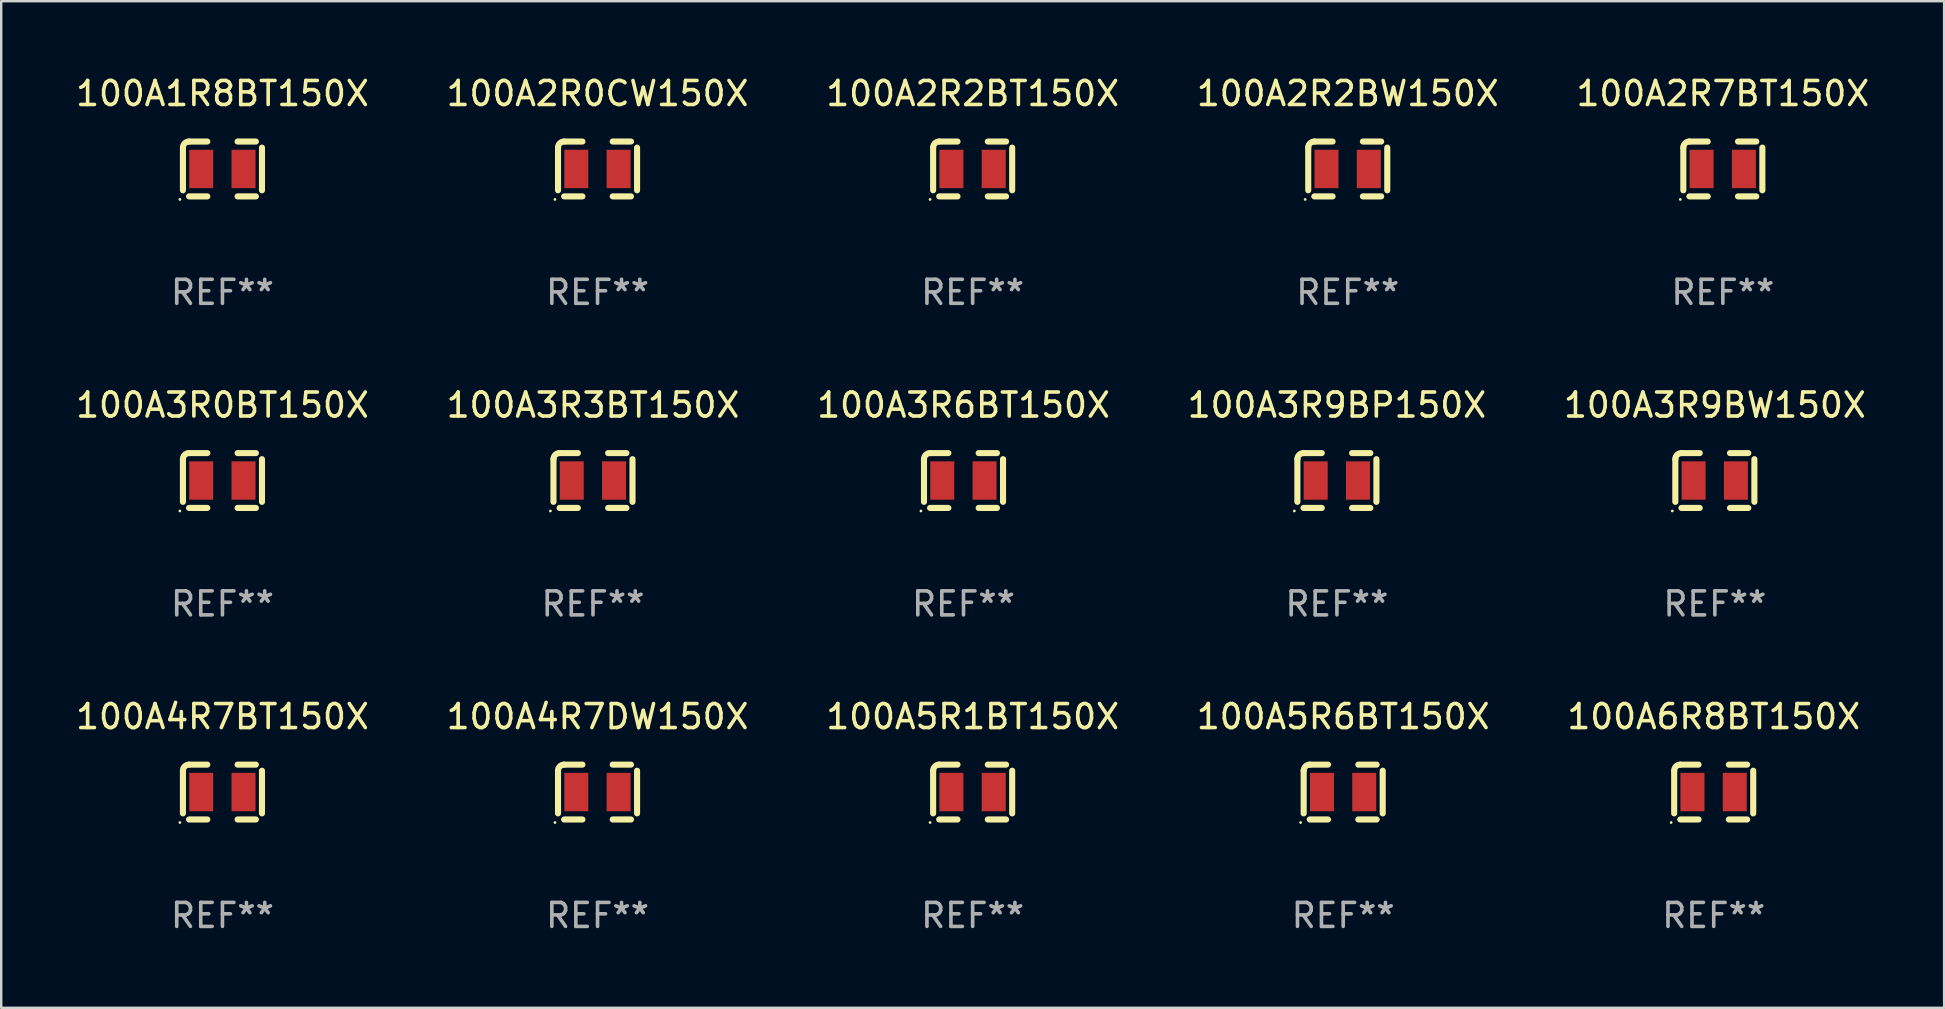
<source format=kicad_pcb>
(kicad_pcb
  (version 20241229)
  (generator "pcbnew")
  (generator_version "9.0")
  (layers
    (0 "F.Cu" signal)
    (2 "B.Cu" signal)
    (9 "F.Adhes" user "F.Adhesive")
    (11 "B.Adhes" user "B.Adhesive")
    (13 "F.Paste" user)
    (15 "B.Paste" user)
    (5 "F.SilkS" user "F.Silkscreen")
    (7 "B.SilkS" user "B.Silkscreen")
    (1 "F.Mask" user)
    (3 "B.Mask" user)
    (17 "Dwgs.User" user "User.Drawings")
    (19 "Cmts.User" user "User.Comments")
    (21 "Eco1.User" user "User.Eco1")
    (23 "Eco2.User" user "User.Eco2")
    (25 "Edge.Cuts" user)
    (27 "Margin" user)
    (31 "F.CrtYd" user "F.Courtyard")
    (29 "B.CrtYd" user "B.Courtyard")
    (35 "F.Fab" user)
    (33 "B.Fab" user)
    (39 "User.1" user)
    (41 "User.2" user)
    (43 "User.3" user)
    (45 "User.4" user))
  (footprint "100A3R3BT150X"
    (layer "F.Cu")
    (at 21.661 16.974)
    (property "Reference" "100A3R3BT150X" (at 0 -3.143 0) (layer "F.SilkS") (effects (font (size 1 1) (thickness 0.15))))
    (attr through_hole)
    (fp_line (start -1.647 -0.889) (end -1.647 0.889) (stroke (width 0.254) (type solid)) (layer "F.SilkS"))
    (fp_line (start -0.631 -1.143) (end -1.393 -1.143) (stroke (width 0.254) (type solid)) (layer "F.SilkS"))
    (fp_line (start -0.631 1.143) (end -1.393 1.143) (stroke (width 0.254) (type solid)) (layer "F.SilkS"))
    (fp_line (start 0.631 -1.143) (end 1.393 -1.143) (stroke (width 0.254) (type solid)) (layer "F.SilkS"))
    (fp_line (start 0.631 1.143) (end 1.393 1.143) (stroke (width 0.254) (type solid)) (layer "F.SilkS"))
    (fp_line (start 1.647 -0.889) (end 1.647 0.889) (stroke (width 0.254) (type solid)) (layer "F.SilkS"))
    (fp_arc (start -1.647002 -0.889002) (mid -1.572607 -1.068607) (end -1.393002 -1.143002) (stroke (width 0.254001) (type solid)) (layer "F.SilkS"))
    (fp_circle (center -1.774 1.27) (end -1.744 1.27) (stroke (width 0.06) (type solid)) (fill no) (layer "F.SilkS"))
    (fp_text user "REF**" (at 0 5.143 0) (layer "F.Fab") (effects (font (size 1 1) (thickness 0.15))))
    (pad "1" smd rect (at -0.885 0) (size 1 1.6) (layers "F.Cu" "F.Mask" "F.Paste"))
    (pad "2" smd rect (at 0.877 0) (size 1 1.6) (layers "F.Cu" "F.Mask" "F.Paste")))
  (footprint "100A3R0BT150X"
    (layer "F.Cu")
    (at 6.22 16.974)
    (property "Reference" "100A3R0BT150X" (at 0 -3.143 0) (layer "F.SilkS") (effects (font (size 1 1) (thickness 0.15))))
    (attr through_hole)
    (fp_line (start -1.647 -0.889) (end -1.647 0.889) (stroke (width 0.254) (type solid)) (layer "F.SilkS"))
    (fp_line (start -0.631 -1.143) (end -1.393 -1.143) (stroke (width 0.254) (type solid)) (layer "F.SilkS"))
    (fp_line (start -0.631 1.143) (end -1.393 1.143) (stroke (width 0.254) (type solid)) (layer "F.SilkS"))
    (fp_line (start 0.631 -1.143) (end 1.393 -1.143) (stroke (width 0.254) (type solid)) (layer "F.SilkS"))
    (fp_line (start 0.631 1.143) (end 1.393 1.143) (stroke (width 0.254) (type solid)) (layer "F.SilkS"))
    (fp_line (start 1.647 -0.889) (end 1.647 0.889) (stroke (width 0.254) (type solid)) (layer "F.SilkS"))
    (fp_arc (start -1.647002 -0.889002) (mid -1.572607 -1.068607) (end -1.393002 -1.143002) (stroke (width 0.254001) (type solid)) (layer "F.SilkS"))
    (fp_circle (center -1.774 1.27) (end -1.744 1.27) (stroke (width 0.06) (type solid)) (fill no) (layer "F.SilkS"))
    (fp_text user "REF**" (at 0 5.143 0) (layer "F.Fab") (effects (font (size 1 1) (thickness 0.15))))
    (pad "1" smd rect (at -0.885 0) (size 1 1.6) (layers "F.Cu" "F.Mask" "F.Paste"))
    (pad "2" smd rect (at 0.877 0) (size 1 1.6) (layers "F.Cu" "F.Mask" "F.Paste")))
  (footprint "100A1R8BT150X"
    (layer "F.Cu")
    (at 6.22 3.991)
    (property "Reference" "100A1R8BT150X" (at 0 -3.143 0) (layer "F.SilkS") (effects (font (size 1 1) (thickness 0.15))))
    (attr through_hole)
    (fp_line (start -1.647 -0.889) (end -1.647 0.889) (stroke (width 0.254) (type solid)) (layer "F.SilkS"))
    (fp_line (start -0.631 -1.143) (end -1.393 -1.143) (stroke (width 0.254) (type solid)) (layer "F.SilkS"))
    (fp_line (start -0.631 1.143) (end -1.393 1.143) (stroke (width 0.254) (type solid)) (layer "F.SilkS"))
    (fp_line (start 0.631 -1.143) (end 1.393 -1.143) (stroke (width 0.254) (type solid)) (layer "F.SilkS"))
    (fp_line (start 0.631 1.143) (end 1.393 1.143) (stroke (width 0.254) (type solid)) (layer "F.SilkS"))
    (fp_line (start 1.647 -0.889) (end 1.647 0.889) (stroke (width 0.254) (type solid)) (layer "F.SilkS"))
    (fp_arc (start -1.647002 -0.889002) (mid -1.572607 -1.068607) (end -1.393002 -1.143002) (stroke (width 0.254001) (type solid)) (layer "F.SilkS"))
    (fp_circle (center -1.774 1.27) (end -1.744 1.27) (stroke (width 0.06) (type solid)) (fill no) (layer "F.SilkS"))
    (fp_text user "REF**" (at 0 5.143 0) (layer "F.Fab") (effects (font (size 1 1) (thickness 0.15))))
    (pad "1" smd rect (at -0.885 0) (size 1 1.6) (layers "F.Cu" "F.Mask" "F.Paste"))
    (pad "2" smd rect (at 0.877 0) (size 1 1.6) (layers "F.Cu" "F.Mask" "F.Paste")))
  (footprint "100A6R8BT150X"
    (layer "F.Cu")
    (at 68.363 29.956)
    (property "Reference" "100A6R8BT150X" (at 0 -3.143 0) (layer "F.SilkS") (effects (font (size 1 1) (thickness 0.15))))
    (attr through_hole)
    (fp_line (start -1.647 -0.889) (end -1.647 0.889) (stroke (width 0.254) (type solid)) (layer "F.SilkS"))
    (fp_line (start -0.631 -1.143) (end -1.393 -1.143) (stroke (width 0.254) (type solid)) (layer "F.SilkS"))
    (fp_line (start -0.631 1.143) (end -1.393 1.143) (stroke (width 0.254) (type solid)) (layer "F.SilkS"))
    (fp_line (start 0.631 -1.143) (end 1.393 -1.143) (stroke (width 0.254) (type solid)) (layer "F.SilkS"))
    (fp_line (start 0.631 1.143) (end 1.393 1.143) (stroke (width 0.254) (type solid)) (layer "F.SilkS"))
    (fp_line (start 1.647 -0.889) (end 1.647 0.889) (stroke (width 0.254) (type solid)) (layer "F.SilkS"))
    (fp_arc (start -1.647002 -0.889002) (mid -1.572607 -1.068607) (end -1.393002 -1.143002) (stroke (width 0.254001) (type solid)) (layer "F.SilkS"))
    (fp_circle (center -1.774 1.27) (end -1.744 1.27) (stroke (width 0.06) (type solid)) (fill no) (layer "F.SilkS"))
    (fp_text user "REF**" (at 0 5.143 0) (layer "F.Fab") (effects (font (size 1 1) (thickness 0.15))))
    (pad "1" smd rect (at -0.885 0) (size 1 1.6) (layers "F.Cu" "F.Mask" "F.Paste"))
    (pad "2" smd rect (at 0.877 0) (size 1 1.6) (layers "F.Cu" "F.Mask" "F.Paste")))
  (footprint "100A5R6BT150X"
    (layer "F.Cu")
    (at 52.923 29.956)
    (property "Reference" "100A5R6BT150X" (at 0 -3.143 0) (layer "F.SilkS") (effects (font (size 1 1) (thickness 0.15))))
    (attr through_hole)
    (fp_line (start -1.647 -0.889) (end -1.647 0.889) (stroke (width 0.254) (type solid)) (layer "F.SilkS"))
    (fp_line (start -0.631 -1.143) (end -1.393 -1.143) (stroke (width 0.254) (type solid)) (layer "F.SilkS"))
    (fp_line (start -0.631 1.143) (end -1.393 1.143) (stroke (width 0.254) (type solid)) (layer "F.SilkS"))
    (fp_line (start 0.631 -1.143) (end 1.393 -1.143) (stroke (width 0.254) (type solid)) (layer "F.SilkS"))
    (fp_line (start 0.631 1.143) (end 1.393 1.143) (stroke (width 0.254) (type solid)) (layer "F.SilkS"))
    (fp_line (start 1.647 -0.889) (end 1.647 0.889) (stroke (width 0.254) (type solid)) (layer "F.SilkS"))
    (fp_arc (start -1.647002 -0.889002) (mid -1.572607 -1.068607) (end -1.393002 -1.143002) (stroke (width 0.254001) (type solid)) (layer "F.SilkS"))
    (fp_circle (center -1.774 1.27) (end -1.744 1.27) (stroke (width 0.06) (type solid)) (fill no) (layer "F.SilkS"))
    (fp_text user "REF**" (at 0 5.143 0) (layer "F.Fab") (effects (font (size 1 1) (thickness 0.15))))
    (pad "1" smd rect (at -0.885 0) (size 1 1.6) (layers "F.Cu" "F.Mask" "F.Paste"))
    (pad "2" smd rect (at 0.877 0) (size 1 1.6) (layers "F.Cu" "F.Mask" "F.Paste")))
  (footprint "100A4R7BT150X"
    (layer "F.Cu")
    (at 6.22 29.956)
    (property "Reference" "100A4R7BT150X" (at 0 -3.143 0) (layer "F.SilkS") (effects (font (size 1 1) (thickness 0.15))))
    (attr through_hole)
    (fp_line (start -1.647 -0.889) (end -1.647 0.889) (stroke (width 0.254) (type solid)) (layer "F.SilkS"))
    (fp_line (start -0.631 -1.143) (end -1.393 -1.143) (stroke (width 0.254) (type solid)) (layer "F.SilkS"))
    (fp_line (start -0.631 1.143) (end -1.393 1.143) (stroke (width 0.254) (type solid)) (layer "F.SilkS"))
    (fp_line (start 0.631 -1.143) (end 1.393 -1.143) (stroke (width 0.254) (type solid)) (layer "F.SilkS"))
    (fp_line (start 0.631 1.143) (end 1.393 1.143) (stroke (width 0.254) (type solid)) (layer "F.SilkS"))
    (fp_line (start 1.647 -0.889) (end 1.647 0.889) (stroke (width 0.254) (type solid)) (layer "F.SilkS"))
    (fp_arc (start -1.647002 -0.889002) (mid -1.572607 -1.068607) (end -1.393002 -1.143002) (stroke (width 0.254001) (type solid)) (layer "F.SilkS"))
    (fp_circle (center -1.774 1.27) (end -1.744 1.27) (stroke (width 0.06) (type solid)) (fill no) (layer "F.SilkS"))
    (fp_text user "REF**" (at 0 5.143 0) (layer "F.Fab") (effects (font (size 1 1) (thickness 0.15))))
    (pad "1" smd rect (at -0.885 0) (size 1 1.6) (layers "F.Cu" "F.Mask" "F.Paste"))
    (pad "2" smd rect (at 0.877 0) (size 1 1.6) (layers "F.Cu" "F.Mask" "F.Paste")))
  (footprint "100A5R1BT150X"
    (layer "F.Cu")
    (at 37.482 29.956)
    (property "Reference" "100A5R1BT150X" (at 0 -3.143 0) (layer "F.SilkS") (effects (font (size 1 1) (thickness 0.15))))
    (attr through_hole)
    (fp_line (start -1.647 -0.889) (end -1.647 0.889) (stroke (width 0.254) (type solid)) (layer "F.SilkS"))
    (fp_line (start -0.631 -1.143) (end -1.393 -1.143) (stroke (width 0.254) (type solid)) (layer "F.SilkS"))
    (fp_line (start -0.631 1.143) (end -1.393 1.143) (stroke (width 0.254) (type solid)) (layer "F.SilkS"))
    (fp_line (start 0.631 -1.143) (end 1.393 -1.143) (stroke (width 0.254) (type solid)) (layer "F.SilkS"))
    (fp_line (start 0.631 1.143) (end 1.393 1.143) (stroke (width 0.254) (type solid)) (layer "F.SilkS"))
    (fp_line (start 1.647 -0.889) (end 1.647 0.889) (stroke (width 0.254) (type solid)) (layer "F.SilkS"))
    (fp_arc (start -1.647002 -0.889002) (mid -1.572607 -1.068607) (end -1.393002 -1.143002) (stroke (width 0.254001) (type solid)) (layer "F.SilkS"))
    (fp_circle (center -1.774 1.27) (end -1.744 1.27) (stroke (width 0.06) (type solid)) (fill no) (layer "F.SilkS"))
    (fp_text user "REF**" (at 0 5.143 0) (layer "F.Fab") (effects (font (size 1 1) (thickness 0.15))))
    (pad "1" smd rect (at -0.885 0) (size 1 1.6) (layers "F.Cu" "F.Mask" "F.Paste"))
    (pad "2" smd rect (at 0.877 0) (size 1 1.6) (layers "F.Cu" "F.Mask" "F.Paste")))
  (footprint "100A2R2BT150X"
    (layer "F.Cu")
    (at 37.482 3.991)
    (property "Reference" "100A2R2BT150X" (at 0 -3.143 0) (layer "F.SilkS") (effects (font (size 1 1) (thickness 0.15))))
    (attr through_hole)
    (fp_line (start -1.647 -0.889) (end -1.647 0.889) (stroke (width 0.254) (type solid)) (layer "F.SilkS"))
    (fp_line (start -0.631 -1.143) (end -1.393 -1.143) (stroke (width 0.254) (type solid)) (layer "F.SilkS"))
    (fp_line (start -0.631 1.143) (end -1.393 1.143) (stroke (width 0.254) (type solid)) (layer "F.SilkS"))
    (fp_line (start 0.631 -1.143) (end 1.393 -1.143) (stroke (width 0.254) (type solid)) (layer "F.SilkS"))
    (fp_line (start 0.631 1.143) (end 1.393 1.143) (stroke (width 0.254) (type solid)) (layer "F.SilkS"))
    (fp_line (start 1.647 -0.889) (end 1.647 0.889) (stroke (width 0.254) (type solid)) (layer "F.SilkS"))
    (fp_arc (start -1.647002 -0.889002) (mid -1.572607 -1.068607) (end -1.393002 -1.143002) (stroke (width 0.254001) (type solid)) (layer "F.SilkS"))
    (fp_circle (center -1.774 1.27) (end -1.744 1.27) (stroke (width 0.06) (type solid)) (fill no) (layer "F.SilkS"))
    (fp_text user "REF**" (at 0 5.143 0) (layer "F.Fab") (effects (font (size 1 1) (thickness 0.15))))
    (pad "1" smd rect (at -0.885 0) (size 1 1.6) (layers "F.Cu" "F.Mask" "F.Paste"))
    (pad "2" smd rect (at 0.877 0) (size 1 1.6) (layers "F.Cu" "F.Mask" "F.Paste")))
  (footprint "100A3R6BT150X"
    (layer "F.Cu")
    (at 37.101 16.974)
    (property "Reference" "100A3R6BT150X" (at 0 -3.143 0) (layer "F.SilkS") (effects (font (size 1 1) (thickness 0.15))))
    (attr through_hole)
    (fp_line (start -1.647 -0.889) (end -1.647 0.889) (stroke (width 0.254) (type solid)) (layer "F.SilkS"))
    (fp_line (start -0.631 -1.143) (end -1.393 -1.143) (stroke (width 0.254) (type solid)) (layer "F.SilkS"))
    (fp_line (start -0.631 1.143) (end -1.393 1.143) (stroke (width 0.254) (type solid)) (layer "F.SilkS"))
    (fp_line (start 0.631 -1.143) (end 1.393 -1.143) (stroke (width 0.254) (type solid)) (layer "F.SilkS"))
    (fp_line (start 0.631 1.143) (end 1.393 1.143) (stroke (width 0.254) (type solid)) (layer "F.SilkS"))
    (fp_line (start 1.647 -0.889) (end 1.647 0.889) (stroke (width 0.254) (type solid)) (layer "F.SilkS"))
    (fp_arc (start -1.647002 -0.889002) (mid -1.572607 -1.068607) (end -1.393002 -1.143002) (stroke (width 0.254001) (type solid)) (layer "F.SilkS"))
    (fp_circle (center -1.774 1.27) (end -1.744 1.27) (stroke (width 0.06) (type solid)) (fill no) (layer "F.SilkS"))
    (fp_text user "REF**" (at 0 5.143 0) (layer "F.Fab") (effects (font (size 1 1) (thickness 0.15))))
    (pad "1" smd rect (at -0.885 0) (size 1 1.6) (layers "F.Cu" "F.Mask" "F.Paste"))
    (pad "2" smd rect (at 0.877 0) (size 1 1.6) (layers "F.Cu" "F.Mask" "F.Paste")))
  (footprint "100A2R2BW150X"
    (layer "F.Cu")
    (at 53.113 3.991)
    (property "Reference" "100A2R2BW150X" (at 0 -3.143 0) (layer "F.SilkS") (effects (font (size 1 1) (thickness 0.15))))
    (attr through_hole)
    (fp_line (start -1.647 -0.889) (end -1.647 0.889) (stroke (width 0.254) (type solid)) (layer "F.SilkS"))
    (fp_line (start -0.631 -1.143) (end -1.393 -1.143) (stroke (width 0.254) (type solid)) (layer "F.SilkS"))
    (fp_line (start -0.631 1.143) (end -1.393 1.143) (stroke (width 0.254) (type solid)) (layer "F.SilkS"))
    (fp_line (start 0.631 -1.143) (end 1.393 -1.143) (stroke (width 0.254) (type solid)) (layer "F.SilkS"))
    (fp_line (start 0.631 1.143) (end 1.393 1.143) (stroke (width 0.254) (type solid)) (layer "F.SilkS"))
    (fp_line (start 1.647 -0.889) (end 1.647 0.889) (stroke (width 0.254) (type solid)) (layer "F.SilkS"))
    (fp_arc (start -1.647002 -0.889002) (mid -1.572607 -1.068607) (end -1.393002 -1.143002) (stroke (width 0.254001) (type solid)) (layer "F.SilkS"))
    (fp_circle (center -1.774 1.27) (end -1.744 1.27) (stroke (width 0.06) (type solid)) (fill no) (layer "F.SilkS"))
    (fp_text user "REF**" (at 0 5.143 0) (layer "F.Fab") (effects (font (size 1 1) (thickness 0.15))))
    (pad "1" smd rect (at -0.885 0) (size 1 1.6) (layers "F.Cu" "F.Mask" "F.Paste"))
    (pad "2" smd rect (at 0.877 0) (size 1 1.6) (layers "F.Cu" "F.Mask" "F.Paste")))
  (footprint "100A2R7BT150X"
    (layer "F.Cu")
    (at 68.744 3.991)
    (property "Reference" "100A2R7BT150X" (at 0 -3.143 0) (layer "F.SilkS") (effects (font (size 1 1) (thickness 0.15))))
    (attr through_hole)
    (fp_line (start -1.647 -0.889) (end -1.647 0.889) (stroke (width 0.254) (type solid)) (layer "F.SilkS"))
    (fp_line (start -0.631 -1.143) (end -1.393 -1.143) (stroke (width 0.254) (type solid)) (layer "F.SilkS"))
    (fp_line (start -0.631 1.143) (end -1.393 1.143) (stroke (width 0.254) (type solid)) (layer "F.SilkS"))
    (fp_line (start 0.631 -1.143) (end 1.393 -1.143) (stroke (width 0.254) (type solid)) (layer "F.SilkS"))
    (fp_line (start 0.631 1.143) (end 1.393 1.143) (stroke (width 0.254) (type solid)) (layer "F.SilkS"))
    (fp_line (start 1.647 -0.889) (end 1.647 0.889) (stroke (width 0.254) (type solid)) (layer "F.SilkS"))
    (fp_arc (start -1.647002 -0.889002) (mid -1.572607 -1.068607) (end -1.393002 -1.143002) (stroke (width 0.254001) (type solid)) (layer "F.SilkS"))
    (fp_circle (center -1.774 1.27) (end -1.744 1.27) (stroke (width 0.06) (type solid)) (fill no) (layer "F.SilkS"))
    (fp_text user "REF**" (at 0 5.143 0) (layer "F.Fab") (effects (font (size 1 1) (thickness 0.15))))
    (pad "1" smd rect (at -0.885 0) (size 1 1.6) (layers "F.Cu" "F.Mask" "F.Paste"))
    (pad "2" smd rect (at 0.877 0) (size 1 1.6) (layers "F.Cu" "F.Mask" "F.Paste")))
  (footprint "100A3R9BW150X"
    (layer "F.Cu")
    (at 68.411 16.974)
    (property "Reference" "100A3R9BW150X" (at 0 -3.143 0) (layer "F.SilkS") (effects (font (size 1 1) (thickness 0.15))))
    (attr through_hole)
    (fp_line (start -1.647 -0.889) (end -1.647 0.889) (stroke (width 0.254) (type solid)) (layer "F.SilkS"))
    (fp_line (start -0.631 -1.143) (end -1.393 -1.143) (stroke (width 0.254) (type solid)) (layer "F.SilkS"))
    (fp_line (start -0.631 1.143) (end -1.393 1.143) (stroke (width 0.254) (type solid)) (layer "F.SilkS"))
    (fp_line (start 0.631 -1.143) (end 1.393 -1.143) (stroke (width 0.254) (type solid)) (layer "F.SilkS"))
    (fp_line (start 0.631 1.143) (end 1.393 1.143) (stroke (width 0.254) (type solid)) (layer "F.SilkS"))
    (fp_line (start 1.647 -0.889) (end 1.647 0.889) (stroke (width 0.254) (type solid)) (layer "F.SilkS"))
    (fp_arc (start -1.647002 -0.889002) (mid -1.572607 -1.068607) (end -1.393002 -1.143002) (stroke (width 0.254001) (type solid)) (layer "F.SilkS"))
    (fp_circle (center -1.774 1.27) (end -1.744 1.27) (stroke (width 0.06) (type solid)) (fill no) (layer "F.SilkS"))
    (fp_text user "REF**" (at 0 5.143 0) (layer "F.Fab") (effects (font (size 1 1) (thickness 0.15))))
    (pad "1" smd rect (at -0.885 0) (size 1 1.6) (layers "F.Cu" "F.Mask" "F.Paste"))
    (pad "2" smd rect (at 0.877 0) (size 1 1.6) (layers "F.Cu" "F.Mask" "F.Paste")))
  (footprint "100A4R7DW150X"
    (layer "F.Cu")
    (at 21.851 29.956)
    (property "Reference" "100A4R7DW150X" (at 0 -3.143 0) (layer "F.SilkS") (effects (font (size 1 1) (thickness 0.15))))
    (attr through_hole)
    (fp_line (start -1.647 -0.889) (end -1.647 0.889) (stroke (width 0.254) (type solid)) (layer "F.SilkS"))
    (fp_line (start -0.631 -1.143) (end -1.393 -1.143) (stroke (width 0.254) (type solid)) (layer "F.SilkS"))
    (fp_line (start -0.631 1.143) (end -1.393 1.143) (stroke (width 0.254) (type solid)) (layer "F.SilkS"))
    (fp_line (start 0.631 -1.143) (end 1.393 -1.143) (stroke (width 0.254) (type solid)) (layer "F.SilkS"))
    (fp_line (start 0.631 1.143) (end 1.393 1.143) (stroke (width 0.254) (type solid)) (layer "F.SilkS"))
    (fp_line (start 1.647 -0.889) (end 1.647 0.889) (stroke (width 0.254) (type solid)) (layer "F.SilkS"))
    (fp_arc (start -1.647002 -0.889002) (mid -1.572607 -1.068607) (end -1.393002 -1.143002) (stroke (width 0.254001) (type solid)) (layer "F.SilkS"))
    (fp_circle (center -1.774 1.27) (end -1.744 1.27) (stroke (width 0.06) (type solid)) (fill no) (layer "F.SilkS"))
    (fp_text user "REF**" (at 0 5.143 0) (layer "F.Fab") (effects (font (size 1 1) (thickness 0.15))))
    (pad "1" smd rect (at -0.885 0) (size 1 1.6) (layers "F.Cu" "F.Mask" "F.Paste"))
    (pad "2" smd rect (at 0.877 0) (size 1 1.6) (layers "F.Cu" "F.Mask" "F.Paste")))
  (footprint "100A2R0CW150X"
    (layer "F.Cu")
    (at 21.851 3.991)
    (property "Reference" "100A2R0CW150X" (at 0 -3.143 0) (layer "F.SilkS") (effects (font (size 1 1) (thickness 0.15))))
    (attr through_hole)
    (fp_line (start -1.647 -0.889) (end -1.647 0.889) (stroke (width 0.254) (type solid)) (layer "F.SilkS"))
    (fp_line (start -0.631 -1.143) (end -1.393 -1.143) (stroke (width 0.254) (type solid)) (layer "F.SilkS"))
    (fp_line (start -0.631 1.143) (end -1.393 1.143) (stroke (width 0.254) (type solid)) (layer "F.SilkS"))
    (fp_line (start 0.631 -1.143) (end 1.393 -1.143) (stroke (width 0.254) (type solid)) (layer "F.SilkS"))
    (fp_line (start 0.631 1.143) (end 1.393 1.143) (stroke (width 0.254) (type solid)) (layer "F.SilkS"))
    (fp_line (start 1.647 -0.889) (end 1.647 0.889) (stroke (width 0.254) (type solid)) (layer "F.SilkS"))
    (fp_arc (start -1.647002 -0.889002) (mid -1.572607 -1.068607) (end -1.393002 -1.143002) (stroke (width 0.254001) (type solid)) (layer "F.SilkS"))
    (fp_circle (center -1.774 1.27) (end -1.744 1.27) (stroke (width 0.06) (type solid)) (fill no) (layer "F.SilkS"))
    (fp_text user "REF**" (at 0 5.143 0) (layer "F.Fab") (effects (font (size 1 1) (thickness 0.15))))
    (pad "1" smd rect (at -0.885 0) (size 1 1.6) (layers "F.Cu" "F.Mask" "F.Paste"))
    (pad "2" smd rect (at 0.877 0) (size 1 1.6) (layers "F.Cu" "F.Mask" "F.Paste")))
  (footprint "100A3R9BP150X"
    (layer "F.Cu")
    (at 52.661 16.974)
    (property "Reference" "100A3R9BP150X" (at 0 -3.143 0) (layer "F.SilkS") (effects (font (size 1 1) (thickness 0.15))))
    (attr through_hole)
    (fp_line (start -1.647 -0.889) (end -1.647 0.889) (stroke (width 0.254) (type solid)) (layer "F.SilkS"))
    (fp_line (start -0.631 -1.143) (end -1.393 -1.143) (stroke (width 0.254) (type solid)) (layer "F.SilkS"))
    (fp_line (start -0.631 1.143) (end -1.393 1.143) (stroke (width 0.254) (type solid)) (layer "F.SilkS"))
    (fp_line (start 0.631 -1.143) (end 1.393 -1.143) (stroke (width 0.254) (type solid)) (layer "F.SilkS"))
    (fp_line (start 0.631 1.143) (end 1.393 1.143) (stroke (width 0.254) (type solid)) (layer "F.SilkS"))
    (fp_line (start 1.647 -0.889) (end 1.647 0.889) (stroke (width 0.254) (type solid)) (layer "F.SilkS"))
    (fp_arc (start -1.647002 -0.889002) (mid -1.572607 -1.068607) (end -1.393002 -1.143002) (stroke (width 0.254001) (type solid)) (layer "F.SilkS"))
    (fp_circle (center -1.774 1.27) (end -1.744 1.27) (stroke (width 0.06) (type solid)) (fill no) (layer "F.SilkS"))
    (fp_text user "REF**" (at 0 5.143 0) (layer "F.Fab") (effects (font (size 1 1) (thickness 0.15))))
    (pad "1" smd rect (at -0.885 0) (size 1 1.6) (layers "F.Cu" "F.Mask" "F.Paste"))
    (pad "2" smd rect (at 0.877 0) (size 1 1.6) (layers "F.Cu" "F.Mask" "F.Paste")))
  (gr_rect
    (start -3 -3)
    (end 77.964 38.948)
    (stroke (width 0.1) (type default))
    (fill no)
    (layer "Edge.Cuts")))
</source>
